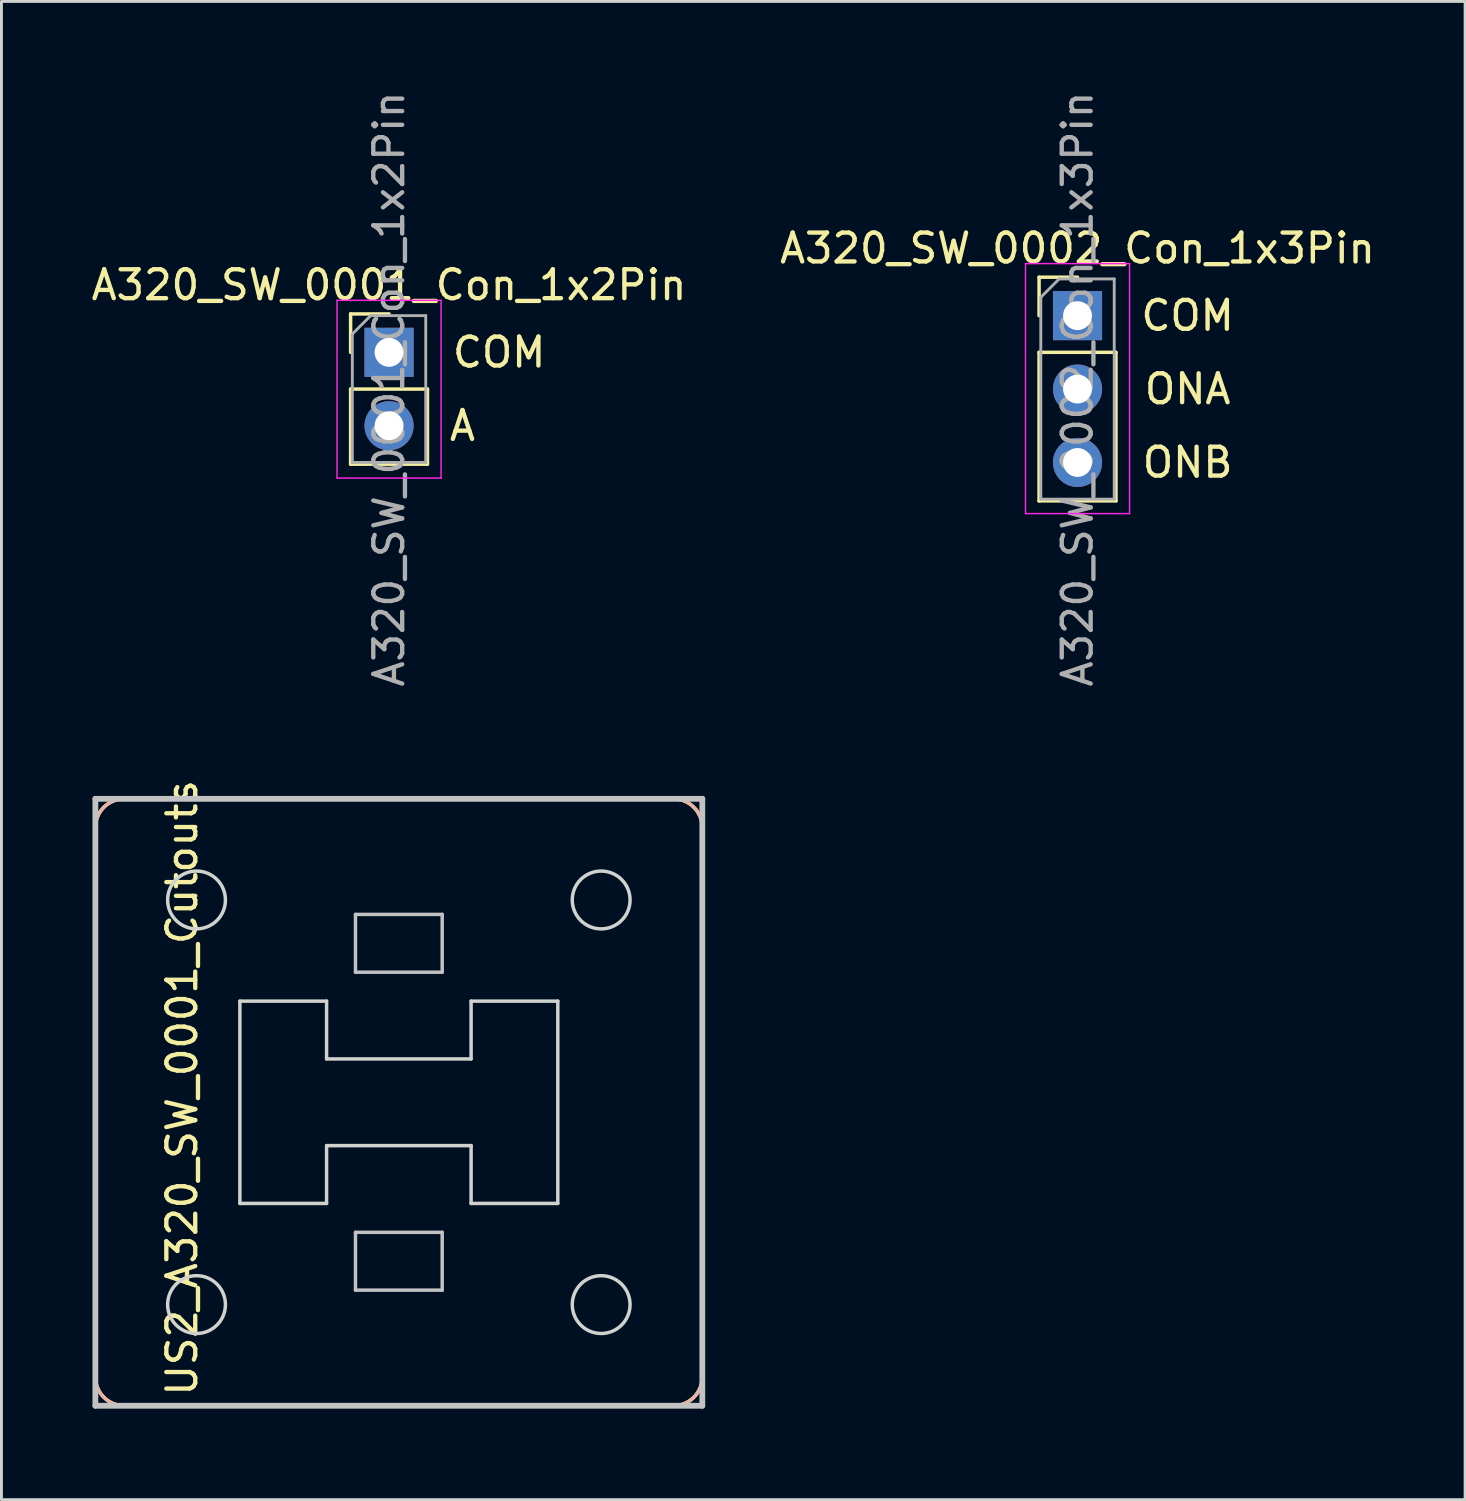
<source format=kicad_pcb>
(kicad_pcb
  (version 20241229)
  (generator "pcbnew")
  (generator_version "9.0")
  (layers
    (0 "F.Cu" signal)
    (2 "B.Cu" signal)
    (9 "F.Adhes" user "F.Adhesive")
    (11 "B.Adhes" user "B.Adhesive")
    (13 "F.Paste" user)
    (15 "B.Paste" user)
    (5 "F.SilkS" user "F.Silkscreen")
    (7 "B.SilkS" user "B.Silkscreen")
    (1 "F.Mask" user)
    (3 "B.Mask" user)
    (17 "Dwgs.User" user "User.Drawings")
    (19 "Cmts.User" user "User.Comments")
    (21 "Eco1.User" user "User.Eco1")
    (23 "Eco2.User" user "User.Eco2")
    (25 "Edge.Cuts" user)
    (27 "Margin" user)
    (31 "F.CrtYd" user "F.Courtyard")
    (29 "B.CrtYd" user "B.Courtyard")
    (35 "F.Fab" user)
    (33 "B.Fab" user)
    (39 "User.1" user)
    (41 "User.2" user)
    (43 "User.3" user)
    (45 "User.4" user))
  (footprint "A320_SW_0002_Con_1x3Pin"
    (layer "F.Cu")
    (at 34.232 7.871)
    (property "Reference" "A320_SW_0002_Con_1x3Pin" (at 0 -2.33 0) (layer "F.SilkS") (effects (font (size 1 1) (thickness 0.15))))
    (attr through_hole)
    (fp_line (start -1.33 -1.33) (end 0 -1.33) (stroke (width 0.12) (type solid)) (layer "F.SilkS"))
    (fp_line (start -1.33 0) (end -1.33 -1.33) (stroke (width 0.12) (type solid)) (layer "F.SilkS"))
    (fp_line (start -1.33 1.27) (end -1.33 6.41) (stroke (width 0.12) (type solid)) (layer "F.SilkS"))
    (fp_line (start -1.33 1.27) (end 1.33 1.27) (stroke (width 0.12) (type solid)) (layer "F.SilkS"))
    (fp_line (start -1.33 6.41) (end 1.33 6.41) (stroke (width 0.12) (type solid)) (layer "F.SilkS"))
    (fp_line (start 1.33 1.27) (end 1.33 6.41) (stroke (width 0.12) (type solid)) (layer "F.SilkS"))
    (fp_line (start -1.8 -1.8) (end -1.8 6.85) (stroke (width 0.05) (type solid)) (layer "F.CrtYd"))
    (fp_line (start -1.8 6.85) (end 1.8 6.85) (stroke (width 0.05) (type solid)) (layer "F.CrtYd"))
    (fp_line (start 1.8 -1.8) (end -1.8 -1.8) (stroke (width 0.05) (type solid)) (layer "F.CrtYd"))
    (fp_line (start 1.8 6.85) (end 1.8 -1.8) (stroke (width 0.05) (type solid)) (layer "F.CrtYd"))
    (fp_line (start -1.27 -0.635) (end -0.635 -1.27) (stroke (width 0.1) (type solid)) (layer "F.Fab"))
    (fp_line (start -1.27 6.35) (end -1.27 -0.635) (stroke (width 0.1) (type solid)) (layer "F.Fab"))
    (fp_line (start -0.635 -1.27) (end 1.27 -1.27) (stroke (width 0.1) (type solid)) (layer "F.Fab"))
    (fp_line (start 1.27 -1.27) (end 1.27 6.35) (stroke (width 0.1) (type solid)) (layer "F.Fab"))
    (fp_line (start 1.27 6.35) (end -1.27 6.35) (stroke (width 0.1) (type solid)) (layer "F.Fab"))
    (fp_text user "ONB" (at 3.81 5.08 0) (layer "F.SilkS") (effects (font (size 1 1) (thickness 0.15))))
    (fp_text user "ONA" (at 3.81 2.54 0) (layer "F.SilkS") (effects (font (size 1 1) (thickness 0.15))))
    (fp_text user "COM" (at 3.81 0 0) (layer "F.SilkS") (effects (font (size 1 1) (thickness 0.15))))
    (fp_text user "${REFERENCE}" (at 0 2.54 90) (layer "F.Fab") (effects (font (size 1 1) (thickness 0.15))))
    (pad "1" thru_hole rect (at 0 0) (size 1.7 1.7) (drill 1) (layers "*.Cu" "*.Mask"))
    (pad "2" thru_hole oval (at 0 2.54) (size 1.7 1.7) (drill 1) (layers "*.Cu" "*.Mask"))
    (pad "3" thru_hole oval (at 0 5.08) (size 1.7 1.7) (drill 1) (layers "*.Cu" "*.Mask")))
  (footprint "US2_A320_SW_0001_Cutouts"
    (layer "F.Cu")
    (at 0.25 45.589)
    (property "Reference" "US2_A320_SW_0001_Cutouts" (at 3 -11 90) (layer "F.SilkS") (effects (font (size 1 1) (thickness 0.15))))
    (attr through_hole)
    (fp_line (start 0 -1) (end 0 -20) (stroke (width 0.12) (type solid)) (layer "F.SilkS"))
    (fp_line (start 1 -21) (end 20 -21) (stroke (width 0.12) (type solid)) (layer "F.SilkS"))
    (fp_line (start 20 0) (end 1 0) (stroke (width 0.12) (type solid)) (layer "F.SilkS"))
    (fp_line (start 21 -20) (end 21 -0.9) (stroke (width 0.12) (type solid)) (layer "F.SilkS"))
    (fp_arc (start 0 -20) (mid 0.292893 -20.707107) (end 1 -21) (stroke (width 0.12) (type solid)) (layer "F.SilkS"))
    (fp_arc (start 1 0) (mid 0.292893 -0.292893) (end 0 -1) (stroke (width 0.12) (type solid)) (layer "F.SilkS"))
    (fp_arc (start 20 -21) (mid 20.707107 -20.707107) (end 21 -20) (stroke (width 0.12) (type solid)) (layer "F.SilkS"))
    (fp_arc (start 20.995037 -0.900496) (mid 20.671005 -0.258547) (end 20 0) (stroke (width 0.12) (type solid)) (layer "F.SilkS"))
    (fp_line (start 0 -1) (end 0 -20) (stroke (width 0.12) (type solid)) (layer "B.SilkS"))
    (fp_line (start 1 -21) (end 20 -21) (stroke (width 0.12) (type solid)) (layer "B.SilkS"))
    (fp_line (start 20 0) (end 1 0) (stroke (width 0.12) (type solid)) (layer "B.SilkS"))
    (fp_line (start 21 -20) (end 21 -0.9) (stroke (width 0.12) (type solid)) (layer "B.SilkS"))
    (fp_arc (start 0 -20) (mid 0.292893 -20.707107) (end 1 -21) (stroke (width 0.12) (type solid)) (layer "B.SilkS"))
    (fp_arc (start 1 0) (mid 0.292893 -0.292893) (end 0 -1) (stroke (width 0.12) (type solid)) (layer "B.SilkS"))
    (fp_arc (start 20 -21) (mid 20.707107 -20.707107) (end 21 -20) (stroke (width 0.12) (type solid)) (layer "B.SilkS"))
    (fp_arc (start 20.995056 -0.90068) (mid 20.671074 -0.258609) (end 20 0) (stroke (width 0.12) (type solid)) (layer "B.SilkS"))
    (fp_line (start 0 -21) (end 0 0) (stroke (width 0.2) (type solid)) (layer "Dwgs.User"))
    (fp_line (start 0 0) (end 21 0) (stroke (width 0.2) (type solid)) (layer "Dwgs.User"))
    (fp_line (start 9 -17) (end 12 -17) (stroke (width 0.12) (type solid)) (layer "Dwgs.User"))
    (fp_line (start 9 -15) (end 9 -17) (stroke (width 0.12) (type solid)) (layer "Dwgs.User"))
    (fp_line (start 9 -6) (end 9 -4) (stroke (width 0.12) (type solid)) (layer "Dwgs.User"))
    (fp_line (start 9 -4) (end 12 -4) (stroke (width 0.12) (type solid)) (layer "Dwgs.User"))
    (fp_line (start 12 -17) (end 12 -15) (stroke (width 0.12) (type solid)) (layer "Dwgs.User"))
    (fp_line (start 12 -15) (end 9 -15) (stroke (width 0.12) (type solid)) (layer "Dwgs.User"))
    (fp_line (start 12 -6) (end 9 -6) (stroke (width 0.12) (type solid)) (layer "Dwgs.User"))
    (fp_line (start 12 -4) (end 12 -6) (stroke (width 0.12) (type solid)) (layer "Dwgs.User"))
    (fp_line (start 21 -21) (end 0 -21) (stroke (width 0.2) (type solid)) (layer "Dwgs.User"))
    (fp_line (start 21 0) (end 21 -21) (stroke (width 0.2) (type solid)) (layer "Dwgs.User"))
    (fp_line (start 5 -14) (end 8 -14) (stroke (width 0.12) (type solid)) (layer "Edge.Cuts"))
    (fp_line (start 5 -7) (end 5 -14) (stroke (width 0.12) (type solid)) (layer "Edge.Cuts"))
    (fp_line (start 8 -14) (end 8 -12) (stroke (width 0.12) (type solid)) (layer "Edge.Cuts"))
    (fp_line (start 8 -12) (end 13 -12) (stroke (width 0.12) (type solid)) (layer "Edge.Cuts"))
    (fp_line (start 8 -9) (end 8 -7) (stroke (width 0.12) (type solid)) (layer "Edge.Cuts"))
    (fp_line (start 8 -7) (end 5 -7) (stroke (width 0.12) (type solid)) (layer "Edge.Cuts"))
    (fp_line (start 13 -14) (end 16 -14) (stroke (width 0.12) (type solid)) (layer "Edge.Cuts"))
    (fp_line (start 13 -12) (end 13 -14) (stroke (width 0.12) (type solid)) (layer "Edge.Cuts"))
    (fp_line (start 13 -9) (end 8 -9) (stroke (width 0.12) (type solid)) (layer "Edge.Cuts"))
    (fp_line (start 13 -7) (end 13 -9) (stroke (width 0.12) (type solid)) (layer "Edge.Cuts"))
    (fp_line (start 16 -14) (end 16 -7) (stroke (width 0.12) (type solid)) (layer "Edge.Cuts"))
    (fp_line (start 16 -7) (end 13 -7) (stroke (width 0.12) (type solid)) (layer "Edge.Cuts"))
    (fp_circle (center 3.5 -17.5) (end 3.5 -18.5) (stroke (width 0.12) (type solid)) (fill no) (layer "Edge.Cuts"))
    (fp_circle (center 3.5 -3.5) (end 3.5 -4.5) (stroke (width 0.12) (type solid)) (fill no) (layer "Edge.Cuts"))
    (fp_circle (center 17.5 -17.5) (end 17.5 -18.5) (stroke (width 0.12) (type solid)) (fill no) (layer "Edge.Cuts"))
    (fp_circle (center 17.5 -3.5) (end 17.5 -4.5) (stroke (width 0.12) (type solid)) (fill no) (layer "Edge.Cuts")))
  (footprint "A320_SW_0001_Con_1x2Pin"
    (layer "F.Cu")
    (at 10.411 9.141)
    (property "Reference" "A320_SW_0001_Con_1x2Pin" (at 0 -2.33 0) (layer "F.SilkS") (effects (font (size 1 1) (thickness 0.15))))
    (attr through_hole)
    (fp_line (start -1.33 -1.33) (end 0 -1.33) (stroke (width 0.12) (type solid)) (layer "F.SilkS"))
    (fp_line (start -1.33 0) (end -1.33 -1.33) (stroke (width 0.12) (type solid)) (layer "F.SilkS"))
    (fp_line (start -1.33 1.27) (end -1.33 3.87) (stroke (width 0.12) (type solid)) (layer "F.SilkS"))
    (fp_line (start -1.33 1.27) (end 1.33 1.27) (stroke (width 0.12) (type solid)) (layer "F.SilkS"))
    (fp_line (start -1.33 3.87) (end 1.33 3.87) (stroke (width 0.12) (type solid)) (layer "F.SilkS"))
    (fp_line (start 1.33 1.27) (end 1.33 3.87) (stroke (width 0.12) (type solid)) (layer "F.SilkS"))
    (fp_line (start -1.8 -1.8) (end -1.8 4.35) (stroke (width 0.05) (type solid)) (layer "F.CrtYd"))
    (fp_line (start -1.8 4.35) (end 1.8 4.35) (stroke (width 0.05) (type solid)) (layer "F.CrtYd"))
    (fp_line (start 1.8 -1.8) (end -1.8 -1.8) (stroke (width 0.05) (type solid)) (layer "F.CrtYd"))
    (fp_line (start 1.8 4.35) (end 1.8 -1.8) (stroke (width 0.05) (type solid)) (layer "F.CrtYd"))
    (fp_line (start -1.27 -0.635) (end -0.635 -1.27) (stroke (width 0.1) (type solid)) (layer "F.Fab"))
    (fp_line (start -1.27 3.81) (end -1.27 -0.635) (stroke (width 0.1) (type solid)) (layer "F.Fab"))
    (fp_line (start -0.635 -1.27) (end 1.27 -1.27) (stroke (width 0.1) (type solid)) (layer "F.Fab"))
    (fp_line (start 1.27 -1.27) (end 1.27 3.81) (stroke (width 0.1) (type solid)) (layer "F.Fab"))
    (fp_line (start 1.27 3.81) (end -1.27 3.81) (stroke (width 0.1) (type solid)) (layer "F.Fab"))
    (fp_text user "A" (at 2.54 2.54 0) (layer "F.SilkS") (effects (font (size 1 1) (thickness 0.15))))
    (fp_text user "COM" (at 3.81 0 0) (layer "F.SilkS") (effects (font (size 1 1) (thickness 0.15))))
    (fp_text user "${REFERENCE}" (at 0 1.27 90) (layer "F.Fab") (effects (font (size 1 1) (thickness 0.15))))
    (pad "1" thru_hole rect (at 0 0) (size 1.7 1.7) (drill 1) (layers "*.Cu" "*.Mask"))
    (pad "2" thru_hole oval (at 0 2.54) (size 1.7 1.7) (drill 1) (layers "*.Cu" "*.Mask")))
  (gr_rect
    (start -3 -3)
    (end 47.643 48.839)
    (stroke (width 0.1) (type default))
    (fill no)
    (layer "Edge.Cuts")))
</source>
